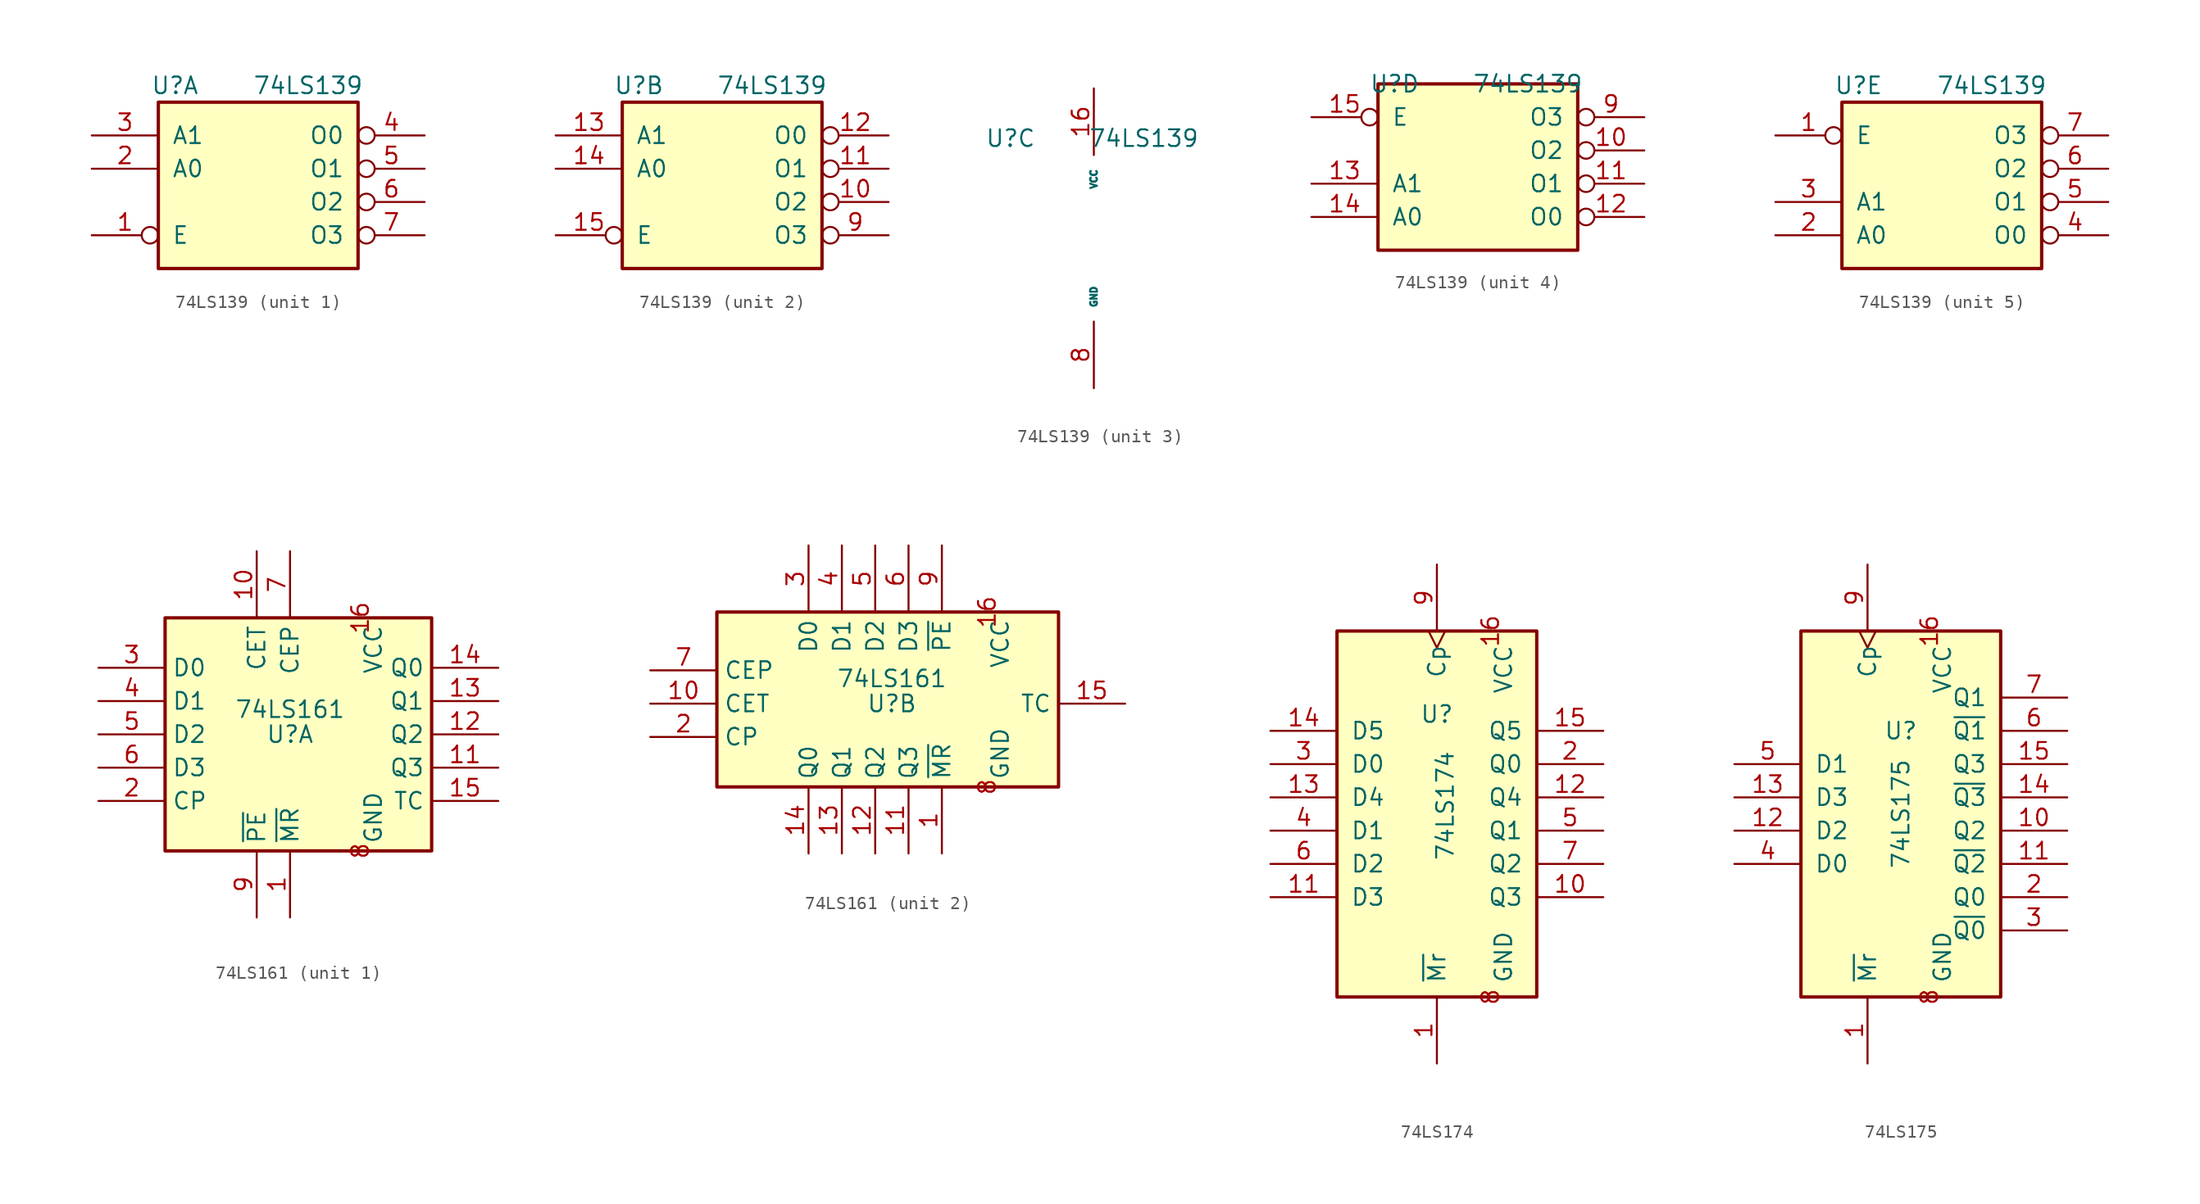
<source format=kicad_sym>
(kicad_symbol_lib
  (version 20211014)
  (generator kicad_symbol_editor)
  (symbol "74LS139"
    (pin_names
      (offset 1.016))
    (property "Reference" "U"
      (at -6.35 6.35 0)
      (effects (font (size 1.27 1.27))))
    (property "Value" "74LS139"
      (at 3.81 6.35 0)
      (effects (font (size 1.27 1.27))))
    (property "ki_locked" ""
      (at 0 0 0)
      (effects (font (size 1.27 1.27))))
    (symbol "74LS139_1_0"
      (pin input inverted (at -12.7 -5.08 0) (length 5.08) (name "E" (effects (font (size 1.27 1.27)))) (number "1" (effects (font (size 1.27 1.27)))))
      (pin input line (at -12.7 0 0) (length 5.08) (name "A0" (effects (font (size 1.27 1.27)))) (number "2" (effects (font (size 1.27 1.27)))))
      (pin input line (at -12.7 2.54 0) (length 5.08) (name "A1" (effects (font (size 1.27 1.27)))) (number "3" (effects (font (size 1.27 1.27)))))
      (pin output inverted (at 12.7 2.54 180) (length 5.08) (name "O0" (effects (font (size 1.27 1.27)))) (number "4" (effects (font (size 1.27 1.27)))))
      (pin output inverted (at 12.7 0 180) (length 5.08) (name "O1" (effects (font (size 1.27 1.27)))) (number "5" (effects (font (size 1.27 1.27)))))
      (pin output inverted (at 12.7 -2.54 180) (length 5.08) (name "O2" (effects (font (size 1.27 1.27)))) (number "6" (effects (font (size 1.27 1.27)))))
      (pin output inverted (at 12.7 -5.08 180) (length 5.08) (name "O3" (effects (font (size 1.27 1.27)))) (number "7" (effects (font (size 1.27 1.27))))))
    (symbol "74LS139_1_1"
      (rectangle (start -7.62 5.08) (end 7.62 -7.62) (stroke (width 0.254) (type default) (color 0 0 0 0)) (fill (type background))))
    (symbol "74LS139_2_0"
      (pin output inverted (at 12.7 -2.54 180) (length 5.08) (name "O2" (effects (font (size 1.27 1.27)))) (number "10" (effects (font (size 1.27 1.27)))))
      (pin output inverted (at 12.7 0 180) (length 5.08) (name "O1" (effects (font (size 1.27 1.27)))) (number "11" (effects (font (size 1.27 1.27)))))
      (pin output inverted (at 12.7 2.54 180) (length 5.08) (name "O0" (effects (font (size 1.27 1.27)))) (number "12" (effects (font (size 1.27 1.27)))))
      (pin input line (at -12.7 2.54 0) (length 5.08) (name "A1" (effects (font (size 1.27 1.27)))) (number "13" (effects (font (size 1.27 1.27)))))
      (pin input line (at -12.7 0 0) (length 5.08) (name "A0" (effects (font (size 1.27 1.27)))) (number "14" (effects (font (size 1.27 1.27)))))
      (pin input inverted (at -12.7 -5.08 0) (length 5.08) (name "E" (effects (font (size 1.27 1.27)))) (number "15" (effects (font (size 1.27 1.27)))))
      (pin output inverted (at 12.7 -5.08 180) (length 5.08) (name "O3" (effects (font (size 1.27 1.27)))) (number "9" (effects (font (size 1.27 1.27))))))
    (symbol "74LS139_2_1"
      (rectangle (start -7.62 5.08) (end 7.62 -7.62) (stroke (width 0.254) (type default) (color 0 0 0 0)) (fill (type background))))
    (symbol "74LS139_3_0"
      (pin power_in line (at 0 10.16 270) (length 5.08) (name "VCC" (effects (font (size 0.508 0.508)))) (number "16" (effects (font (size 1.27 1.27)))))
      (pin power_in line (at 0 -12.7 90) (length 5.08) (name "GND" (effects (font (size 0.508 0.508)))) (number "8" (effects (font (size 1.27 1.27))))))
    (symbol "74LS139_4_0"
      (pin output inverted (at 12.7 1.27 180) (length 5.08) (name "O2" (effects (font (size 1.27 1.27)))) (number "10" (effects (font (size 1.27 1.27)))))
      (pin output inverted (at 12.7 -1.27 180) (length 5.08) (name "O1" (effects (font (size 1.27 1.27)))) (number "11" (effects (font (size 1.27 1.27)))))
      (pin output inverted (at 12.7 -3.81 180) (length 5.08) (name "O0" (effects (font (size 1.27 1.27)))) (number "12" (effects (font (size 1.27 1.27)))))
      (pin input line (at -12.7 -1.27 0) (length 5.08) (name "A1" (effects (font (size 1.27 1.27)))) (number "13" (effects (font (size 1.27 1.27)))))
      (pin input line (at -12.7 -3.81 0) (length 5.08) (name "A0" (effects (font (size 1.27 1.27)))) (number "14" (effects (font (size 1.27 1.27)))))
      (pin input inverted (at -12.7 3.81 0) (length 5.08) (name "E" (effects (font (size 1.27 1.27)))) (number "15" (effects (font (size 1.27 1.27)))))
      (pin output inverted (at 12.7 3.81 180) (length 5.08) (name "O3" (effects (font (size 1.27 1.27)))) (number "9" (effects (font (size 1.27 1.27))))))
    (symbol "74LS139_4_1"
      (rectangle (start -7.62 6.35) (end 7.62 -6.35) (stroke (width 0.254) (type default) (color 0 0 0 0)) (fill (type background))))
    (symbol "74LS139_5_0"
      (pin input inverted (at -12.7 2.54 0) (length 5.08) (name "E" (effects (font (size 1.27 1.27)))) (number "1" (effects (font (size 1.27 1.27)))))
      (pin input line (at -12.7 -5.08 0) (length 5.08) (name "A0" (effects (font (size 1.27 1.27)))) (number "2" (effects (font (size 1.27 1.27)))))
      (pin input line (at -12.7 -2.54 0) (length 5.08) (name "A1" (effects (font (size 1.27 1.27)))) (number "3" (effects (font (size 1.27 1.27)))))
      (pin output inverted (at 12.7 -5.08 180) (length 5.08) (name "O0" (effects (font (size 1.27 1.27)))) (number "4" (effects (font (size 1.27 1.27)))))
      (pin output inverted (at 12.7 -2.54 180) (length 5.08) (name "O1" (effects (font (size 1.27 1.27)))) (number "5" (effects (font (size 1.27 1.27)))))
      (pin output inverted (at 12.7 0 180) (length 5.08) (name "O2" (effects (font (size 1.27 1.27)))) (number "6" (effects (font (size 1.27 1.27)))))
      (pin output inverted (at 12.7 2.54 180) (length 5.08) (name "O3" (effects (font (size 1.27 1.27)))) (number "7" (effects (font (size 1.27 1.27))))))
    (symbol "74LS139_5_1"
      (rectangle (start -7.62 5.08) (end 7.62 -7.62) (stroke (width 0.254) (type default) (color 0 0 0 0)) (fill (type background)))))
  (symbol "74LS161"
    (property "Reference" "U"
      (at 0 0 0)
      (effects (font (size 1.27 1.27))))
    (property "Value" "74LS161"
      (at 0 1.905 0)
      (effects (font (size 1.27 1.27))))
    (symbol "74LS161_1_0"
      (pin input line (at 0 -13.97 90) (length 5.08) (name "~{MR}" (effects (font (size 1.27 1.27)))) (number "1" (effects (font (size 1.27 1.27)))))
      (pin input line (at -2.54 13.97 270) (length 5.08) (name "CET" (effects (font (size 1.27 1.27)))) (number "10" (effects (font (size 1.27 1.27)))))
      (pin output line (at 15.875 -2.54 180) (length 5.08) (name "Q3" (effects (font (size 1.27 1.27)))) (number "11" (effects (font (size 1.27 1.27)))))
      (pin output line (at 15.875 0 180) (length 5.08) (name "Q2" (effects (font (size 1.27 1.27)))) (number "12" (effects (font (size 1.27 1.27)))))
      (pin output line (at 15.875 2.54 180) (length 5.08) (name "Q1" (effects (font (size 1.27 1.27)))) (number "13" (effects (font (size 1.27 1.27)))))
      (pin output line (at 15.875 5.08 180) (length 5.08) (name "Q0" (effects (font (size 1.27 1.27)))) (number "14" (effects (font (size 1.27 1.27)))))
      (pin output line (at 15.875 -5.08 180) (length 5.08) (name "TC" (effects (font (size 1.27 1.27)))) (number "15" (effects (font (size 1.27 1.27)))))
      (pin power_in line (at 6.35 8.89 270) (length 0) (name "VCC" (effects (font (size 1.27 1.27)))) (number "16" (effects (font (size 1.27 1.27)))))
      (pin input line (at -14.605 -5.08 0) (length 5.08) (name "CP" (effects (font (size 1.27 1.27)))) (number "2" (effects (font (size 1.27 1.27)))))
      (pin input line (at -14.605 5.08 0) (length 5.08) (name "D0" (effects (font (size 1.27 1.27)))) (number "3" (effects (font (size 1.27 1.27)))))
      (pin input line (at -14.605 2.54 0) (length 5.08) (name "D1" (effects (font (size 1.27 1.27)))) (number "4" (effects (font (size 1.27 1.27)))))
      (pin input line (at -14.605 0 0) (length 5.08) (name "D2" (effects (font (size 1.27 1.27)))) (number "5" (effects (font (size 1.27 1.27)))))
      (pin input line (at -14.605 -2.54 0) (length 5.08) (name "D3" (effects (font (size 1.27 1.27)))) (number "6" (effects (font (size 1.27 1.27)))))
      (pin input line (at 0 13.97 270) (length 5.08) (name "CEP" (effects (font (size 1.27 1.27)))) (number "7" (effects (font (size 1.27 1.27)))))
      (pin power_in line (at 6.35 -8.89 90) (length 0) (name "GND" (effects (font (size 1.27 1.27)))) (number "8" (effects (font (size 1.27 1.27)))))
      (pin input line (at -2.54 -13.97 90) (length 5.08) (name "~{PE}" (effects (font (size 1.27 1.27)))) (number "9" (effects (font (size 1.27 1.27))))))
    (symbol "74LS161_1_1"
      (rectangle (start -9.525 8.89) (end 10.795 -8.89) (stroke (width 0.254) (type default) (color 0 0 0 0)) (fill (type background))))
    (symbol "74LS161_2_0"
      (pin input line (at 3.81 -11.43 90) (length 5.08) (name "~{MR}" (effects (font (size 1.27 1.27)))) (number "1" (effects (font (size 1.27 1.27)))))
      (pin input line (at -18.415 0 0) (length 5.08) (name "CET" (effects (font (size 1.27 1.27)))) (number "10" (effects (font (size 1.27 1.27)))))
      (pin output line (at 1.27 -11.43 90) (length 5.08) (name "Q3" (effects (font (size 1.27 1.27)))) (number "11" (effects (font (size 1.27 1.27)))))
      (pin output line (at -1.27 -11.43 90) (length 5.08) (name "Q2" (effects (font (size 1.27 1.27)))) (number "12" (effects (font (size 1.27 1.27)))))
      (pin output line (at -3.81 -11.43 90) (length 5.08) (name "Q1" (effects (font (size 1.27 1.27)))) (number "13" (effects (font (size 1.27 1.27)))))
      (pin output line (at -6.35 -11.43 90) (length 5.08) (name "Q0" (effects (font (size 1.27 1.27)))) (number "14" (effects (font (size 1.27 1.27)))))
      (pin output line (at 17.78 0 180) (length 5.08) (name "TC" (effects (font (size 1.27 1.27)))) (number "15" (effects (font (size 1.27 1.27)))))
      (pin power_in line (at 8.255 6.985 270) (length 0) (name "VCC" (effects (font (size 1.27 1.27)))) (number "16" (effects (font (size 1.27 1.27)))))
      (pin input line (at -18.415 -2.54 0) (length 5.08) (name "CP" (effects (font (size 1.27 1.27)))) (number "2" (effects (font (size 1.27 1.27)))))
      (pin input line (at -6.35 12.065 270) (length 5.08) (name "D0" (effects (font (size 1.27 1.27)))) (number "3" (effects (font (size 1.27 1.27)))))
      (pin input line (at -3.81 12.065 270) (length 5.08) (name "D1" (effects (font (size 1.27 1.27)))) (number "4" (effects (font (size 1.27 1.27)))))
      (pin input line (at -1.27 12.065 270) (length 5.08) (name "D2" (effects (font (size 1.27 1.27)))) (number "5" (effects (font (size 1.27 1.27)))))
      (pin input line (at 1.27 12.065 270) (length 5.08) (name "D3" (effects (font (size 1.27 1.27)))) (number "6" (effects (font (size 1.27 1.27)))))
      (pin input line (at -18.415 2.54 0) (length 5.08) (name "CEP" (effects (font (size 1.27 1.27)))) (number "7" (effects (font (size 1.27 1.27)))))
      (pin power_in line (at 8.255 -6.35 90) (length 0) (name "GND" (effects (font (size 1.27 1.27)))) (number "8" (effects (font (size 1.27 1.27)))))
      (pin input line (at 3.81 12.065 270) (length 5.08) (name "~{PE}" (effects (font (size 1.27 1.27)))) (number "9" (effects (font (size 1.27 1.27))))))
    (symbol "74LS161_2_1"
      (rectangle (start -13.335 6.985) (end 12.7 -6.35) (stroke (width 0.254) (type default) (color 0 0 0 0)) (fill (type background)))))
  (symbol "74LS174"
    (pin_names
      (offset 1.016))
    (property "Reference" "U"
      (at 0 6.35 0)
      (effects (font (size 1.27 1.27))))
    (property "Value" "74LS174"
      (at 0.635 -0.635 90)
      (effects (font (size 1.27 1.27))))
    (property "ki_locked" ""
      (at 0 0 0)
      (effects (font (size 1.27 1.27))))
    (symbol "74LS174_1_0"
      (pin input line (at 0 -20.32 90) (length 5.08) (name "~{Mr}" (effects (font (size 1.27 1.27)))) (number "1" (effects (font (size 1.27 1.27)))))
      (pin output line (at 12.7 -7.62 180) (length 5.08) (name "Q3" (effects (font (size 1.27 1.27)))) (number "10" (effects (font (size 1.27 1.27)))))
      (pin input line (at -12.7 -7.62 0) (length 5.08) (name "D3" (effects (font (size 1.27 1.27)))) (number "11" (effects (font (size 1.27 1.27)))))
      (pin output line (at 12.7 0 180) (length 5.08) (name "Q4" (effects (font (size 1.27 1.27)))) (number "12" (effects (font (size 1.27 1.27)))))
      (pin input line (at -12.7 0 0) (length 5.08) (name "D4" (effects (font (size 1.27 1.27)))) (number "13" (effects (font (size 1.27 1.27)))))
      (pin input line (at -12.7 5.08 0) (length 5.08) (name "D5" (effects (font (size 1.27 1.27)))) (number "14" (effects (font (size 1.27 1.27)))))
      (pin output line (at 12.7 5.08 180) (length 5.08) (name "Q5" (effects (font (size 1.27 1.27)))) (number "15" (effects (font (size 1.27 1.27)))))
      (pin power_in line (at 5.08 12.7 270) (length 0) (name "VCC" (effects (font (size 1.27 1.27)))) (number "16" (effects (font (size 1.27 1.27)))))
      (pin output line (at 12.7 2.54 180) (length 5.08) (name "Q0" (effects (font (size 1.27 1.27)))) (number "2" (effects (font (size 1.27 1.27)))))
      (pin input line (at -12.7 2.54 0) (length 5.08) (name "D0" (effects (font (size 1.27 1.27)))) (number "3" (effects (font (size 1.27 1.27)))))
      (pin input line (at -12.7 -2.54 0) (length 5.08) (name "D1" (effects (font (size 1.27 1.27)))) (number "4" (effects (font (size 1.27 1.27)))))
      (pin output line (at 12.7 -2.54 180) (length 5.08) (name "Q1" (effects (font (size 1.27 1.27)))) (number "5" (effects (font (size 1.27 1.27)))))
      (pin input line (at -12.7 -5.08 0) (length 5.08) (name "D2" (effects (font (size 1.27 1.27)))) (number "6" (effects (font (size 1.27 1.27)))))
      (pin output line (at 12.7 -5.08 180) (length 5.08) (name "Q2" (effects (font (size 1.27 1.27)))) (number "7" (effects (font (size 1.27 1.27)))))
      (pin power_in line (at 5.08 -15.24 90) (length 0) (name "GND" (effects (font (size 1.27 1.27)))) (number "8" (effects (font (size 1.27 1.27)))))
      (pin input clock (at 0 17.78 270) (length 5.08) (name "Cp" (effects (font (size 1.27 1.27)))) (number "9" (effects (font (size 1.27 1.27))))))
    (symbol "74LS174_1_1"
      (rectangle (start -7.62 12.7) (end 7.62 -15.24) (stroke (width 0.254) (type default) (color 0 0 0 0)) (fill (type background)))))
  (symbol "74LS175"
    (pin_names
      (offset 1.016))
    (property "Reference" "U"
      (at 0 5.08 0)
      (effects (font (size 1.27 1.27))))
    (property "Value" "74LS175"
      (at 0 -1.27 90)
      (effects (font (size 1.27 1.27))))
    (property "ki_locked" ""
      (at 0 0 0)
      (effects (font (size 1.27 1.27))))
    (symbol "74LS175_1_0"
      (pin input line (at -2.54 -20.32 90) (length 5.08) (name "~{Mr}" (effects (font (size 1.27 1.27)))) (number "1" (effects (font (size 1.27 1.27)))))
      (pin output line (at 12.7 -2.54 180) (length 5.08) (name "Q2" (effects (font (size 1.27 1.27)))) (number "10" (effects (font (size 1.27 1.27)))))
      (pin output line (at 12.7 -5.08 180) (length 5.08) (name "~{Q2}" (effects (font (size 1.27 1.27)))) (number "11" (effects (font (size 1.27 1.27)))))
      (pin input line (at -12.7 -2.54 0) (length 5.08) (name "D2" (effects (font (size 1.27 1.27)))) (number "12" (effects (font (size 1.27 1.27)))))
      (pin input line (at -12.7 0 0) (length 5.08) (name "D3" (effects (font (size 1.27 1.27)))) (number "13" (effects (font (size 1.27 1.27)))))
      (pin output line (at 12.7 0 180) (length 5.08) (name "~{Q3}" (effects (font (size 1.27 1.27)))) (number "14" (effects (font (size 1.27 1.27)))))
      (pin output line (at 12.7 2.54 180) (length 5.08) (name "Q3" (effects (font (size 1.27 1.27)))) (number "15" (effects (font (size 1.27 1.27)))))
      (pin power_in line (at 3.175 12.7 270) (length 0) (name "VCC" (effects (font (size 1.27 1.27)))) (number "16" (effects (font (size 1.27 1.27)))))
      (pin output line (at 12.7 -7.62 180) (length 5.08) (name "Q0" (effects (font (size 1.27 1.27)))) (number "2" (effects (font (size 1.27 1.27)))))
      (pin output line (at 12.7 -10.16 180) (length 5.08) (name "~{Q0}" (effects (font (size 1.27 1.27)))) (number "3" (effects (font (size 1.27 1.27)))))
      (pin input line (at -12.7 -5.08 0) (length 5.08) (name "D0" (effects (font (size 1.27 1.27)))) (number "4" (effects (font (size 1.27 1.27)))))
      (pin input line (at -12.7 2.54 0) (length 5.08) (name "D1" (effects (font (size 1.27 1.27)))) (number "5" (effects (font (size 1.27 1.27)))))
      (pin output line (at 12.7 5.08 180) (length 5.08) (name "~{Q1}" (effects (font (size 1.27 1.27)))) (number "6" (effects (font (size 1.27 1.27)))))
      (pin output line (at 12.7 7.62 180) (length 5.08) (name "Q1" (effects (font (size 1.27 1.27)))) (number "7" (effects (font (size 1.27 1.27)))))
      (pin power_in line (at 3.175 -15.24 90) (length 0) (name "GND" (effects (font (size 1.27 1.27)))) (number "8" (effects (font (size 1.27 1.27)))))
      (pin input clock (at -2.54 17.78 270) (length 5.08) (name "Cp" (effects (font (size 1.27 1.27)))) (number "9" (effects (font (size 1.27 1.27))))))
    (symbol "74LS175_1_1"
      (rectangle (start -7.62 12.7) (end 7.62 -15.24) (stroke (width 0.254) (type default) (color 0 0 0 0)) (fill (type background))))))
</source>
